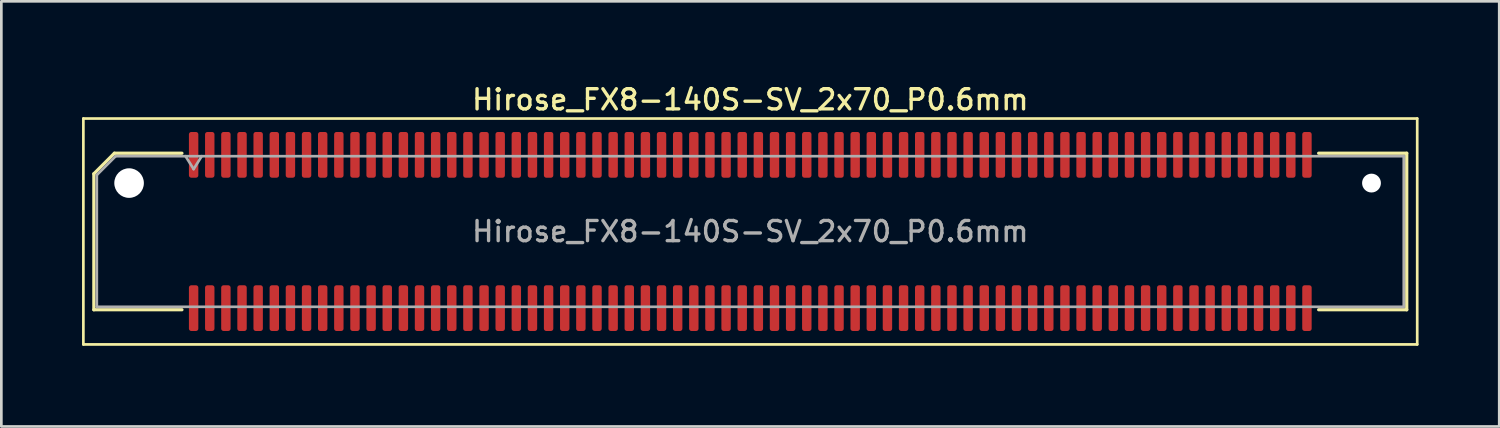
<source format=kicad_pcb>
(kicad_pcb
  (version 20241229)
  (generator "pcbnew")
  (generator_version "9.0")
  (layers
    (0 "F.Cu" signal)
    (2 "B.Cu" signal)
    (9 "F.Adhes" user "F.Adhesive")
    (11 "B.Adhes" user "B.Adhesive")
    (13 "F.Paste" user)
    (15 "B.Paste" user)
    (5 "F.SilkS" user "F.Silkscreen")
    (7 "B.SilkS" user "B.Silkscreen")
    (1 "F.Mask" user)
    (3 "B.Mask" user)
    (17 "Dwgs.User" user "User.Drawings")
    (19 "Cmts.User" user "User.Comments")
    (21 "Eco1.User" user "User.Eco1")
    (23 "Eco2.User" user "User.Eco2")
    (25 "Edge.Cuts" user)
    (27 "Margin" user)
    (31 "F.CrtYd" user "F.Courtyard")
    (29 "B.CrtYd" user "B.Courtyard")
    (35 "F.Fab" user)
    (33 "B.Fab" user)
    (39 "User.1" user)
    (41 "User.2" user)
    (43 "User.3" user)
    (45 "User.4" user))
  (footprint "Hirose_FX8-140S-SV_2x70_P0.6mm"
    (layer "F.Cu")
    (at 24.85 5.558)
    (property "Reference" "Hirose_FX8-140S-SV_2x70_P0.6mm" (at 0 -4.9 0) (layer "F.SilkS") (effects (font (size 0.75 0.75) (thickness 0.125))))
    (attr smd)
    (fp_line (start -24.8 -4.2) (end -24.8 4.2) (stroke (width 0.1) (type solid)) (layer "F.SilkS"))
    (fp_line (start -24.8 4.2) (end 24.8 4.2) (stroke (width 0.1) (type solid)) (layer "F.SilkS"))
    (fp_line (start -24.41 -2.146) (end -23.646 -2.91) (stroke (width 0.12) (type solid)) (layer "F.SilkS"))
    (fp_line (start -24.41 2.91) (end -24.41 -2.146) (stroke (width 0.12) (type solid)) (layer "F.SilkS"))
    (fp_line (start -23.646 -2.91) (end -21.135 -2.91) (stroke (width 0.12) (type solid)) (layer "F.SilkS"))
    (fp_line (start -21.135 2.91) (end -24.41 2.91) (stroke (width 0.12) (type solid)) (layer "F.SilkS"))
    (fp_line (start 21.135 -2.91) (end 24.41 -2.91) (stroke (width 0.12) (type solid)) (layer "F.SilkS"))
    (fp_line (start 24.41 -2.91) (end 24.41 2.91) (stroke (width 0.12) (type solid)) (layer "F.SilkS"))
    (fp_line (start 24.41 2.91) (end 21.135 2.91) (stroke (width 0.12) (type solid)) (layer "F.SilkS"))
    (fp_line (start 24.8 -4.2) (end -24.8 -4.2) (stroke (width 0.1) (type solid)) (layer "F.SilkS"))
    (fp_line (start 24.8 4.2) (end 24.8 -4.2) (stroke (width 0.1) (type solid)) (layer "F.SilkS"))
    (fp_line (start -24.3 -2.1) (end -23.6 -2.8) (stroke (width 0.1) (type solid)) (layer "F.Fab"))
    (fp_line (start -24.3 2.8) (end -24.3 -2.1) (stroke (width 0.1) (type solid)) (layer "F.Fab"))
    (fp_line (start -23.6 -2.8) (end 24.3 -2.8) (stroke (width 0.1) (type solid)) (layer "F.Fab"))
    (fp_line (start -21 -2.8) (end -20.7 -2.32) (stroke (width 0.1) (type solid)) (layer "F.Fab"))
    (fp_line (start -20.7 -2.32) (end -20.4 -2.8) (stroke (width 0.1) (type solid)) (layer "F.Fab"))
    (fp_line (start 24.3 -2.8) (end 24.3 2.8) (stroke (width 0.1) (type solid)) (layer "F.Fab"))
    (fp_line (start 24.3 2.8) (end -24.3 2.8) (stroke (width 0.1) (type solid)) (layer "F.Fab"))
    (fp_text user "${REFERENCE}" (at 0 0 0) (layer "F.Fab") (effects (font (size 0.75 0.75) (thickness 0.125))))
    (pad "" np_thru_hole circle (at -23.1 -1.8) (size 1.1 1.1) (drill 1.1) (layers "*.Cu" "*.Mask"))
    (pad "" np_thru_hole circle (at 23.1 -1.8) (size 0.7 0.7) (drill 0.7) (layers "*.Cu" "*.Mask"))
    (pad "1" smd roundrect (at -20.7 -2.85) (size 0.35 1.7) (layers "F.Cu" "F.Mask" "F.Paste") (roundrect_rratio 0.25))
    (pad "2" smd roundrect (at -20.7 2.85) (size 0.35 1.7) (layers "F.Cu" "F.Mask" "F.Paste") (roundrect_rratio 0.25))
    (pad "3" smd roundrect (at -20.1 -2.85) (size 0.35 1.7) (layers "F.Cu" "F.Mask" "F.Paste") (roundrect_rratio 0.25))
    (pad "4" smd roundrect (at -20.1 2.85) (size 0.35 1.7) (layers "F.Cu" "F.Mask" "F.Paste") (roundrect_rratio 0.25))
    (pad "5" smd roundrect (at -19.5 -2.85) (size 0.35 1.7) (layers "F.Cu" "F.Mask" "F.Paste") (roundrect_rratio 0.25))
    (pad "6" smd roundrect (at -19.5 2.85) (size 0.35 1.7) (layers "F.Cu" "F.Mask" "F.Paste") (roundrect_rratio 0.25))
    (pad "7" smd roundrect (at -18.9 -2.85) (size 0.35 1.7) (layers "F.Cu" "F.Mask" "F.Paste") (roundrect_rratio 0.25))
    (pad "8" smd roundrect (at -18.9 2.85) (size 0.35 1.7) (layers "F.Cu" "F.Mask" "F.Paste") (roundrect_rratio 0.25))
    (pad "9" smd roundrect (at -18.3 -2.85) (size 0.35 1.7) (layers "F.Cu" "F.Mask" "F.Paste") (roundrect_rratio 0.25))
    (pad "10" smd roundrect (at -18.3 2.85) (size 0.35 1.7) (layers "F.Cu" "F.Mask" "F.Paste") (roundrect_rratio 0.25))
    (pad "11" smd roundrect (at -17.7 -2.85) (size 0.35 1.7) (layers "F.Cu" "F.Mask" "F.Paste") (roundrect_rratio 0.25))
    (pad "12" smd roundrect (at -17.7 2.85) (size 0.35 1.7) (layers "F.Cu" "F.Mask" "F.Paste") (roundrect_rratio 0.25))
    (pad "13" smd roundrect (at -17.1 -2.85) (size 0.35 1.7) (layers "F.Cu" "F.Mask" "F.Paste") (roundrect_rratio 0.25))
    (pad "14" smd roundrect (at -17.1 2.85) (size 0.35 1.7) (layers "F.Cu" "F.Mask" "F.Paste") (roundrect_rratio 0.25))
    (pad "15" smd roundrect (at -16.5 -2.85) (size 0.35 1.7) (layers "F.Cu" "F.Mask" "F.Paste") (roundrect_rratio 0.25))
    (pad "16" smd roundrect (at -16.5 2.85) (size 0.35 1.7) (layers "F.Cu" "F.Mask" "F.Paste") (roundrect_rratio 0.25))
    (pad "17" smd roundrect (at -15.9 -2.85) (size 0.35 1.7) (layers "F.Cu" "F.Mask" "F.Paste") (roundrect_rratio 0.25))
    (pad "18" smd roundrect (at -15.9 2.85) (size 0.35 1.7) (layers "F.Cu" "F.Mask" "F.Paste") (roundrect_rratio 0.25))
    (pad "19" smd roundrect (at -15.3 -2.85) (size 0.35 1.7) (layers "F.Cu" "F.Mask" "F.Paste") (roundrect_rratio 0.25))
    (pad "20" smd roundrect (at -15.3 2.85) (size 0.35 1.7) (layers "F.Cu" "F.Mask" "F.Paste") (roundrect_rratio 0.25))
    (pad "21" smd roundrect (at -14.7 -2.85) (size 0.35 1.7) (layers "F.Cu" "F.Mask" "F.Paste") (roundrect_rratio 0.25))
    (pad "22" smd roundrect (at -14.7 2.85) (size 0.35 1.7) (layers "F.Cu" "F.Mask" "F.Paste") (roundrect_rratio 0.25))
    (pad "23" smd roundrect (at -14.1 -2.85) (size 0.35 1.7) (layers "F.Cu" "F.Mask" "F.Paste") (roundrect_rratio 0.25))
    (pad "24" smd roundrect (at -14.1 2.85) (size 0.35 1.7) (layers "F.Cu" "F.Mask" "F.Paste") (roundrect_rratio 0.25))
    (pad "25" smd roundrect (at -13.5 -2.85) (size 0.35 1.7) (layers "F.Cu" "F.Mask" "F.Paste") (roundrect_rratio 0.25))
    (pad "26" smd roundrect (at -13.5 2.85) (size 0.35 1.7) (layers "F.Cu" "F.Mask" "F.Paste") (roundrect_rratio 0.25))
    (pad "27" smd roundrect (at -12.9 -2.85) (size 0.35 1.7) (layers "F.Cu" "F.Mask" "F.Paste") (roundrect_rratio 0.25))
    (pad "28" smd roundrect (at -12.9 2.85) (size 0.35 1.7) (layers "F.Cu" "F.Mask" "F.Paste") (roundrect_rratio 0.25))
    (pad "29" smd roundrect (at -12.3 -2.85) (size 0.35 1.7) (layers "F.Cu" "F.Mask" "F.Paste") (roundrect_rratio 0.25))
    (pad "30" smd roundrect (at -12.3 2.85) (size 0.35 1.7) (layers "F.Cu" "F.Mask" "F.Paste") (roundrect_rratio 0.25))
    (pad "31" smd roundrect (at -11.7 -2.85) (size 0.35 1.7) (layers "F.Cu" "F.Mask" "F.Paste") (roundrect_rratio 0.25))
    (pad "32" smd roundrect (at -11.7 2.85) (size 0.35 1.7) (layers "F.Cu" "F.Mask" "F.Paste") (roundrect_rratio 0.25))
    (pad "33" smd roundrect (at -11.1 -2.85) (size 0.35 1.7) (layers "F.Cu" "F.Mask" "F.Paste") (roundrect_rratio 0.25))
    (pad "34" smd roundrect (at -11.1 2.85) (size 0.35 1.7) (layers "F.Cu" "F.Mask" "F.Paste") (roundrect_rratio 0.25))
    (pad "35" smd roundrect (at -10.5 -2.85) (size 0.35 1.7) (layers "F.Cu" "F.Mask" "F.Paste") (roundrect_rratio 0.25))
    (pad "36" smd roundrect (at -10.5 2.85) (size 0.35 1.7) (layers "F.Cu" "F.Mask" "F.Paste") (roundrect_rratio 0.25))
    (pad "37" smd roundrect (at -9.9 -2.85) (size 0.35 1.7) (layers "F.Cu" "F.Mask" "F.Paste") (roundrect_rratio 0.25))
    (pad "38" smd roundrect (at -9.9 2.85) (size 0.35 1.7) (layers "F.Cu" "F.Mask" "F.Paste") (roundrect_rratio 0.25))
    (pad "39" smd roundrect (at -9.3 -2.85) (size 0.35 1.7) (layers "F.Cu" "F.Mask" "F.Paste") (roundrect_rratio 0.25))
    (pad "40" smd roundrect (at -9.3 2.85) (size 0.35 1.7) (layers "F.Cu" "F.Mask" "F.Paste") (roundrect_rratio 0.25))
    (pad "41" smd roundrect (at -8.7 -2.85) (size 0.35 1.7) (layers "F.Cu" "F.Mask" "F.Paste") (roundrect_rratio 0.25))
    (pad "42" smd roundrect (at -8.7 2.85) (size 0.35 1.7) (layers "F.Cu" "F.Mask" "F.Paste") (roundrect_rratio 0.25))
    (pad "43" smd roundrect (at -8.1 -2.85) (size 0.35 1.7) (layers "F.Cu" "F.Mask" "F.Paste") (roundrect_rratio 0.25))
    (pad "44" smd roundrect (at -8.1 2.85) (size 0.35 1.7) (layers "F.Cu" "F.Mask" "F.Paste") (roundrect_rratio 0.25))
    (pad "45" smd roundrect (at -7.5 -2.85) (size 0.35 1.7) (layers "F.Cu" "F.Mask" "F.Paste") (roundrect_rratio 0.25))
    (pad "46" smd roundrect (at -7.5 2.85) (size 0.35 1.7) (layers "F.Cu" "F.Mask" "F.Paste") (roundrect_rratio 0.25))
    (pad "47" smd roundrect (at -6.9 -2.85) (size 0.35 1.7) (layers "F.Cu" "F.Mask" "F.Paste") (roundrect_rratio 0.25))
    (pad "48" smd roundrect (at -6.9 2.85) (size 0.35 1.7) (layers "F.Cu" "F.Mask" "F.Paste") (roundrect_rratio 0.25))
    (pad "49" smd roundrect (at -6.3 -2.85) (size 0.35 1.7) (layers "F.Cu" "F.Mask" "F.Paste") (roundrect_rratio 0.25))
    (pad "50" smd roundrect (at -6.3 2.85) (size 0.35 1.7) (layers "F.Cu" "F.Mask" "F.Paste") (roundrect_rratio 0.25))
    (pad "51" smd roundrect (at -5.7 -2.85) (size 0.35 1.7) (layers "F.Cu" "F.Mask" "F.Paste") (roundrect_rratio 0.25))
    (pad "52" smd roundrect (at -5.7 2.85) (size 0.35 1.7) (layers "F.Cu" "F.Mask" "F.Paste") (roundrect_rratio 0.25))
    (pad "53" smd roundrect (at -5.1 -2.85) (size 0.35 1.7) (layers "F.Cu" "F.Mask" "F.Paste") (roundrect_rratio 0.25))
    (pad "54" smd roundrect (at -5.1 2.85) (size 0.35 1.7) (layers "F.Cu" "F.Mask" "F.Paste") (roundrect_rratio 0.25))
    (pad "55" smd roundrect (at -4.5 -2.85) (size 0.35 1.7) (layers "F.Cu" "F.Mask" "F.Paste") (roundrect_rratio 0.25))
    (pad "56" smd roundrect (at -4.5 2.85) (size 0.35 1.7) (layers "F.Cu" "F.Mask" "F.Paste") (roundrect_rratio 0.25))
    (pad "57" smd roundrect (at -3.9 -2.85) (size 0.35 1.7) (layers "F.Cu" "F.Mask" "F.Paste") (roundrect_rratio 0.25))
    (pad "58" smd roundrect (at -3.9 2.85) (size 0.35 1.7) (layers "F.Cu" "F.Mask" "F.Paste") (roundrect_rratio 0.25))
    (pad "59" smd roundrect (at -3.3 -2.85) (size 0.35 1.7) (layers "F.Cu" "F.Mask" "F.Paste") (roundrect_rratio 0.25))
    (pad "60" smd roundrect (at -3.3 2.85) (size 0.35 1.7) (layers "F.Cu" "F.Mask" "F.Paste") (roundrect_rratio 0.25))
    (pad "61" smd roundrect (at -2.7 -2.85) (size 0.35 1.7) (layers "F.Cu" "F.Mask" "F.Paste") (roundrect_rratio 0.25))
    (pad "62" smd roundrect (at -2.7 2.85) (size 0.35 1.7) (layers "F.Cu" "F.Mask" "F.Paste") (roundrect_rratio 0.25))
    (pad "63" smd roundrect (at -2.1 -2.85) (size 0.35 1.7) (layers "F.Cu" "F.Mask" "F.Paste") (roundrect_rratio 0.25))
    (pad "64" smd roundrect (at -2.1 2.85) (size 0.35 1.7) (layers "F.Cu" "F.Mask" "F.Paste") (roundrect_rratio 0.25))
    (pad "65" smd roundrect (at -1.5 -2.85) (size 0.35 1.7) (layers "F.Cu" "F.Mask" "F.Paste") (roundrect_rratio 0.25))
    (pad "66" smd roundrect (at -1.5 2.85) (size 0.35 1.7) (layers "F.Cu" "F.Mask" "F.Paste") (roundrect_rratio 0.25))
    (pad "67" smd roundrect (at -0.9 -2.85) (size 0.35 1.7) (layers "F.Cu" "F.Mask" "F.Paste") (roundrect_rratio 0.25))
    (pad "68" smd roundrect (at -0.9 2.85) (size 0.35 1.7) (layers "F.Cu" "F.Mask" "F.Paste") (roundrect_rratio 0.25))
    (pad "69" smd roundrect (at -0.3 -2.85) (size 0.35 1.7) (layers "F.Cu" "F.Mask" "F.Paste") (roundrect_rratio 0.25))
    (pad "70" smd roundrect (at -0.3 2.85) (size 0.35 1.7) (layers "F.Cu" "F.Mask" "F.Paste") (roundrect_rratio 0.25))
    (pad "71" smd roundrect (at 0.3 -2.85) (size 0.35 1.7) (layers "F.Cu" "F.Mask" "F.Paste") (roundrect_rratio 0.25))
    (pad "72" smd roundrect (at 0.3 2.85) (size 0.35 1.7) (layers "F.Cu" "F.Mask" "F.Paste") (roundrect_rratio 0.25))
    (pad "73" smd roundrect (at 0.9 -2.85) (size 0.35 1.7) (layers "F.Cu" "F.Mask" "F.Paste") (roundrect_rratio 0.25))
    (pad "74" smd roundrect (at 0.9 2.85) (size 0.35 1.7) (layers "F.Cu" "F.Mask" "F.Paste") (roundrect_rratio 0.25))
    (pad "75" smd roundrect (at 1.5 -2.85) (size 0.35 1.7) (layers "F.Cu" "F.Mask" "F.Paste") (roundrect_rratio 0.25))
    (pad "76" smd roundrect (at 1.5 2.85) (size 0.35 1.7) (layers "F.Cu" "F.Mask" "F.Paste") (roundrect_rratio 0.25))
    (pad "77" smd roundrect (at 2.1 -2.85) (size 0.35 1.7) (layers "F.Cu" "F.Mask" "F.Paste") (roundrect_rratio 0.25))
    (pad "78" smd roundrect (at 2.1 2.85) (size 0.35 1.7) (layers "F.Cu" "F.Mask" "F.Paste") (roundrect_rratio 0.25))
    (pad "79" smd roundrect (at 2.7 -2.85) (size 0.35 1.7) (layers "F.Cu" "F.Mask" "F.Paste") (roundrect_rratio 0.25))
    (pad "80" smd roundrect (at 2.7 2.85) (size 0.35 1.7) (layers "F.Cu" "F.Mask" "F.Paste") (roundrect_rratio 0.25))
    (pad "81" smd roundrect (at 3.3 -2.85) (size 0.35 1.7) (layers "F.Cu" "F.Mask" "F.Paste") (roundrect_rratio 0.25))
    (pad "82" smd roundrect (at 3.3 2.85) (size 0.35 1.7) (layers "F.Cu" "F.Mask" "F.Paste") (roundrect_rratio 0.25))
    (pad "83" smd roundrect (at 3.9 -2.85) (size 0.35 1.7) (layers "F.Cu" "F.Mask" "F.Paste") (roundrect_rratio 0.25))
    (pad "84" smd roundrect (at 3.9 2.85) (size 0.35 1.7) (layers "F.Cu" "F.Mask" "F.Paste") (roundrect_rratio 0.25))
    (pad "85" smd roundrect (at 4.5 -2.85) (size 0.35 1.7) (layers "F.Cu" "F.Mask" "F.Paste") (roundrect_rratio 0.25))
    (pad "86" smd roundrect (at 4.5 2.85) (size 0.35 1.7) (layers "F.Cu" "F.Mask" "F.Paste") (roundrect_rratio 0.25))
    (pad "87" smd roundrect (at 5.1 -2.85) (size 0.35 1.7) (layers "F.Cu" "F.Mask" "F.Paste") (roundrect_rratio 0.25))
    (pad "88" smd roundrect (at 5.1 2.85) (size 0.35 1.7) (layers "F.Cu" "F.Mask" "F.Paste") (roundrect_rratio 0.25))
    (pad "89" smd roundrect (at 5.7 -2.85) (size 0.35 1.7) (layers "F.Cu" "F.Mask" "F.Paste") (roundrect_rratio 0.25))
    (pad "90" smd roundrect (at 5.7 2.85) (size 0.35 1.7) (layers "F.Cu" "F.Mask" "F.Paste") (roundrect_rratio 0.25))
    (pad "91" smd roundrect (at 6.3 -2.85) (size 0.35 1.7) (layers "F.Cu" "F.Mask" "F.Paste") (roundrect_rratio 0.25))
    (pad "92" smd roundrect (at 6.3 2.85) (size 0.35 1.7) (layers "F.Cu" "F.Mask" "F.Paste") (roundrect_rratio 0.25))
    (pad "93" smd roundrect (at 6.9 -2.85) (size 0.35 1.7) (layers "F.Cu" "F.Mask" "F.Paste") (roundrect_rratio 0.25))
    (pad "94" smd roundrect (at 6.9 2.85) (size 0.35 1.7) (layers "F.Cu" "F.Mask" "F.Paste") (roundrect_rratio 0.25))
    (pad "95" smd roundrect (at 7.5 -2.85) (size 0.35 1.7) (layers "F.Cu" "F.Mask" "F.Paste") (roundrect_rratio 0.25))
    (pad "96" smd roundrect (at 7.5 2.85) (size 0.35 1.7) (layers "F.Cu" "F.Mask" "F.Paste") (roundrect_rratio 0.25))
    (pad "97" smd roundrect (at 8.1 -2.85) (size 0.35 1.7) (layers "F.Cu" "F.Mask" "F.Paste") (roundrect_rratio 0.25))
    (pad "98" smd roundrect (at 8.1 2.85) (size 0.35 1.7) (layers "F.Cu" "F.Mask" "F.Paste") (roundrect_rratio 0.25))
    (pad "99" smd roundrect (at 8.7 -2.85) (size 0.35 1.7) (layers "F.Cu" "F.Mask" "F.Paste") (roundrect_rratio 0.25))
    (pad "100" smd roundrect (at 8.7 2.85) (size 0.35 1.7) (layers "F.Cu" "F.Mask" "F.Paste") (roundrect_rratio 0.25))
    (pad "101" smd roundrect (at 9.3 -2.85) (size 0.35 1.7) (layers "F.Cu" "F.Mask" "F.Paste") (roundrect_rratio 0.25))
    (pad "102" smd roundrect (at 9.3 2.85) (size 0.35 1.7) (layers "F.Cu" "F.Mask" "F.Paste") (roundrect_rratio 0.25))
    (pad "103" smd roundrect (at 9.9 -2.85) (size 0.35 1.7) (layers "F.Cu" "F.Mask" "F.Paste") (roundrect_rratio 0.25))
    (pad "104" smd roundrect (at 9.9 2.85) (size 0.35 1.7) (layers "F.Cu" "F.Mask" "F.Paste") (roundrect_rratio 0.25))
    (pad "105" smd roundrect (at 10.5 -2.85) (size 0.35 1.7) (layers "F.Cu" "F.Mask" "F.Paste") (roundrect_rratio 0.25))
    (pad "106" smd roundrect (at 10.5 2.85) (size 0.35 1.7) (layers "F.Cu" "F.Mask" "F.Paste") (roundrect_rratio 0.25))
    (pad "107" smd roundrect (at 11.1 -2.85) (size 0.35 1.7) (layers "F.Cu" "F.Mask" "F.Paste") (roundrect_rratio 0.25))
    (pad "108" smd roundrect (at 11.1 2.85) (size 0.35 1.7) (layers "F.Cu" "F.Mask" "F.Paste") (roundrect_rratio 0.25))
    (pad "109" smd roundrect (at 11.7 -2.85) (size 0.35 1.7) (layers "F.Cu" "F.Mask" "F.Paste") (roundrect_rratio 0.25))
    (pad "110" smd roundrect (at 11.7 2.85) (size 0.35 1.7) (layers "F.Cu" "F.Mask" "F.Paste") (roundrect_rratio 0.25))
    (pad "111" smd roundrect (at 12.3 -2.85) (size 0.35 1.7) (layers "F.Cu" "F.Mask" "F.Paste") (roundrect_rratio 0.25))
    (pad "112" smd roundrect (at 12.3 2.85) (size 0.35 1.7) (layers "F.Cu" "F.Mask" "F.Paste") (roundrect_rratio 0.25))
    (pad "113" smd roundrect (at 12.9 -2.85) (size 0.35 1.7) (layers "F.Cu" "F.Mask" "F.Paste") (roundrect_rratio 0.25))
    (pad "114" smd roundrect (at 12.9 2.85) (size 0.35 1.7) (layers "F.Cu" "F.Mask" "F.Paste") (roundrect_rratio 0.25))
    (pad "115" smd roundrect (at 13.5 -2.85) (size 0.35 1.7) (layers "F.Cu" "F.Mask" "F.Paste") (roundrect_rratio 0.25))
    (pad "116" smd roundrect (at 13.5 2.85) (size 0.35 1.7) (layers "F.Cu" "F.Mask" "F.Paste") (roundrect_rratio 0.25))
    (pad "117" smd roundrect (at 14.1 -2.85) (size 0.35 1.7) (layers "F.Cu" "F.Mask" "F.Paste") (roundrect_rratio 0.25))
    (pad "118" smd roundrect (at 14.1 2.85) (size 0.35 1.7) (layers "F.Cu" "F.Mask" "F.Paste") (roundrect_rratio 0.25))
    (pad "119" smd roundrect (at 14.7 -2.85) (size 0.35 1.7) (layers "F.Cu" "F.Mask" "F.Paste") (roundrect_rratio 0.25))
    (pad "120" smd roundrect (at 14.7 2.85) (size 0.35 1.7) (layers "F.Cu" "F.Mask" "F.Paste") (roundrect_rratio 0.25))
    (pad "121" smd roundrect (at 15.3 -2.85) (size 0.35 1.7) (layers "F.Cu" "F.Mask" "F.Paste") (roundrect_rratio 0.25))
    (pad "122" smd roundrect (at 15.3 2.85) (size 0.35 1.7) (layers "F.Cu" "F.Mask" "F.Paste") (roundrect_rratio 0.25))
    (pad "123" smd roundrect (at 15.9 -2.85) (size 0.35 1.7) (layers "F.Cu" "F.Mask" "F.Paste") (roundrect_rratio 0.25))
    (pad "124" smd roundrect (at 15.9 2.85) (size 0.35 1.7) (layers "F.Cu" "F.Mask" "F.Paste") (roundrect_rratio 0.25))
    (pad "125" smd roundrect (at 16.5 -2.85) (size 0.35 1.7) (layers "F.Cu" "F.Mask" "F.Paste") (roundrect_rratio 0.25))
    (pad "126" smd roundrect (at 16.5 2.85) (size 0.35 1.7) (layers "F.Cu" "F.Mask" "F.Paste") (roundrect_rratio 0.25))
    (pad "127" smd roundrect (at 17.1 -2.85) (size 0.35 1.7) (layers "F.Cu" "F.Mask" "F.Paste") (roundrect_rratio 0.25))
    (pad "128" smd roundrect (at 17.1 2.85) (size 0.35 1.7) (layers "F.Cu" "F.Mask" "F.Paste") (roundrect_rratio 0.25))
    (pad "129" smd roundrect (at 17.7 -2.85) (size 0.35 1.7) (layers "F.Cu" "F.Mask" "F.Paste") (roundrect_rratio 0.25))
    (pad "130" smd roundrect (at 17.7 2.85) (size 0.35 1.7) (layers "F.Cu" "F.Mask" "F.Paste") (roundrect_rratio 0.25))
    (pad "131" smd roundrect (at 18.3 -2.85) (size 0.35 1.7) (layers "F.Cu" "F.Mask" "F.Paste") (roundrect_rratio 0.25))
    (pad "132" smd roundrect (at 18.3 2.85) (size 0.35 1.7) (layers "F.Cu" "F.Mask" "F.Paste") (roundrect_rratio 0.25))
    (pad "133" smd roundrect (at 18.9 -2.85) (size 0.35 1.7) (layers "F.Cu" "F.Mask" "F.Paste") (roundrect_rratio 0.25))
    (pad "134" smd roundrect (at 18.9 2.85) (size 0.35 1.7) (layers "F.Cu" "F.Mask" "F.Paste") (roundrect_rratio 0.25))
    (pad "135" smd roundrect (at 19.5 -2.85) (size 0.35 1.7) (layers "F.Cu" "F.Mask" "F.Paste") (roundrect_rratio 0.25))
    (pad "136" smd roundrect (at 19.5 2.85) (size 0.35 1.7) (layers "F.Cu" "F.Mask" "F.Paste") (roundrect_rratio 0.25))
    (pad "137" smd roundrect (at 20.1 -2.85) (size 0.35 1.7) (layers "F.Cu" "F.Mask" "F.Paste") (roundrect_rratio 0.25))
    (pad "138" smd roundrect (at 20.1 2.85) (size 0.35 1.7) (layers "F.Cu" "F.Mask" "F.Paste") (roundrect_rratio 0.25))
    (pad "139" smd roundrect (at 20.7 -2.85) (size 0.35 1.7) (layers "F.Cu" "F.Mask" "F.Paste") (roundrect_rratio 0.25))
    (pad "140" smd roundrect (at 20.7 2.85) (size 0.35 1.7) (layers "F.Cu" "F.Mask" "F.Paste") (roundrect_rratio 0.25)))
  (gr_rect
    (start -3 -3)
    (end 52.7 12.808)
    (stroke (width 0.1) (type default))
    (fill no)
    (layer "Edge.Cuts")))
</source>
